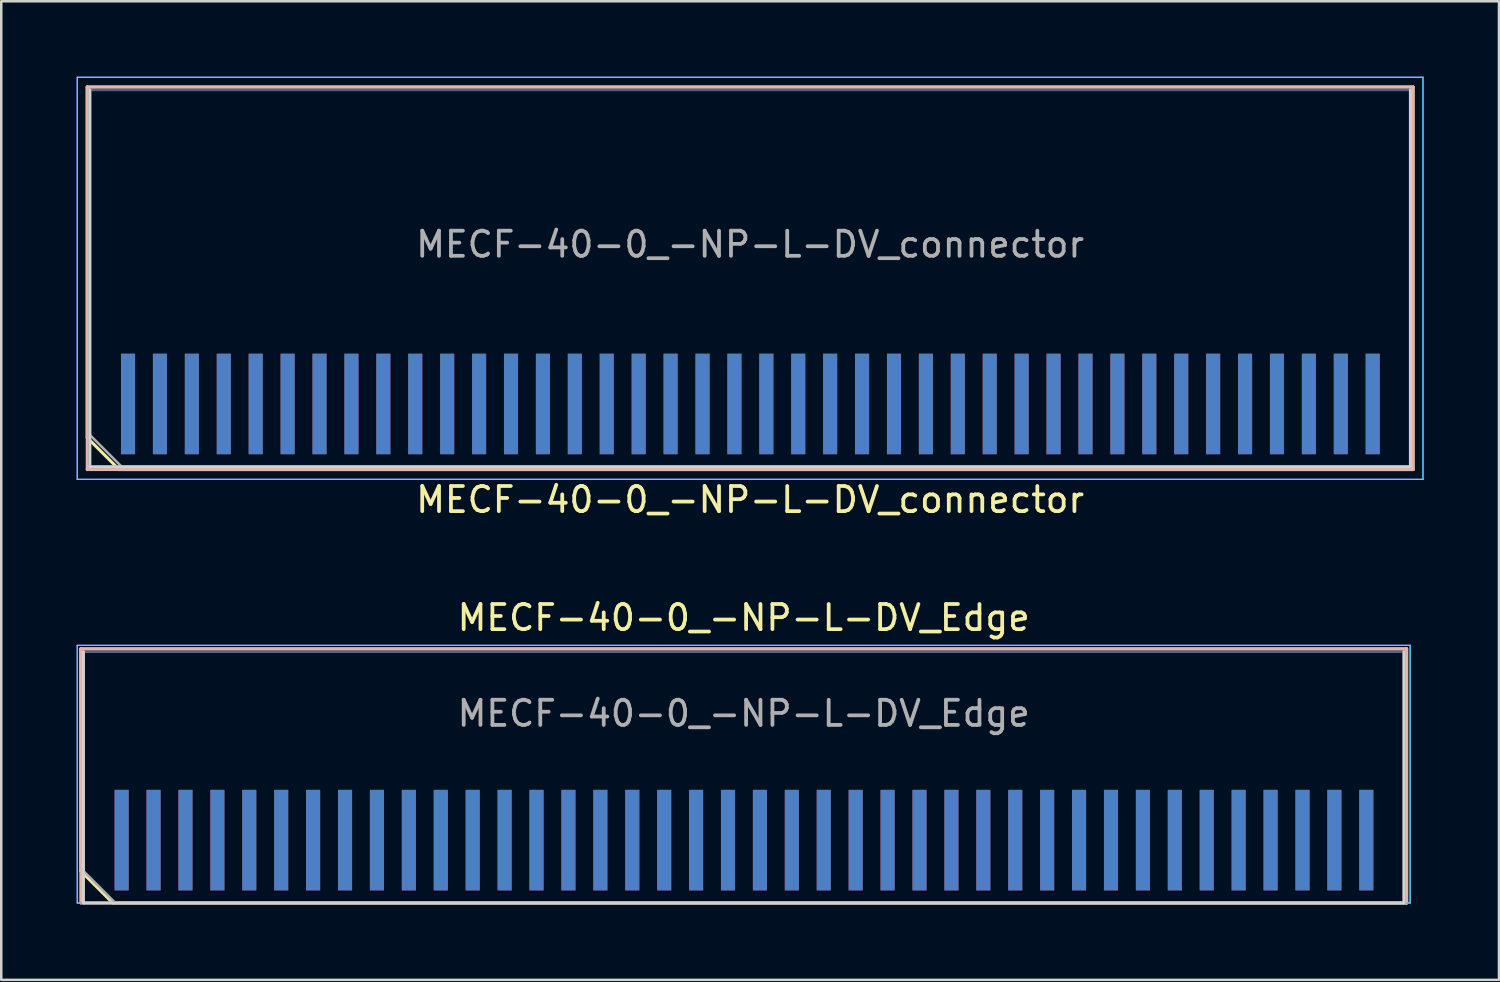
<source format=kicad_pcb>
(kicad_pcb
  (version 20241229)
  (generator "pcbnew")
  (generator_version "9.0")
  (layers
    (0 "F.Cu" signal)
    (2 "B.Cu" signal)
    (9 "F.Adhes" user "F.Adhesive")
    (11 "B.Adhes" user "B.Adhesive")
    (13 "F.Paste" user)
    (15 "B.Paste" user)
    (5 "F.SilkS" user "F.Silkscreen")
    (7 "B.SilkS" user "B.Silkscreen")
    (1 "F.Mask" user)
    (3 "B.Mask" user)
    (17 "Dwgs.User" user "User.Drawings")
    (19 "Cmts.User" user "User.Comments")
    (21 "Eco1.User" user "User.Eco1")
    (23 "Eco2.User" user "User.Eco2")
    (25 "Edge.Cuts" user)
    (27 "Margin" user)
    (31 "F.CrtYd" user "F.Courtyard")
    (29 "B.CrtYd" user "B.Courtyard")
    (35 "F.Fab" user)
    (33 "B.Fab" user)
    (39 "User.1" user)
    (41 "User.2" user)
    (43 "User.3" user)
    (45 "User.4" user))
  (footprint "MECF-40-0_-NP-L-DV_connector"
    (layer "F.Cu")
    (at 26.8 13.025)
    (property "Reference" "MECF-40-0_-NP-L-DV_connector" (at 0 3.81 0) (layer "F.SilkS") (effects (font (size 1 1) (thickness 0.15))))
    (attr smd)
    (fp_line (start -26.38 -12.61) (end 26.38 -12.61) (stroke (width 0.12) (type solid)) (layer "F.SilkS"))
    (fp_line (start -26.38 1.34) (end -26.38 -12.61) (stroke (width 0.12) (type solid)) (layer "F.SilkS"))
    (fp_line (start -25.11 2.61) (end -26.38 1.34) (stroke (width 0.12) (type solid)) (layer "F.SilkS"))
    (fp_line (start -25.11 2.61) (end 26.38 2.61) (stroke (width 0.12) (type solid)) (layer "F.SilkS"))
    (fp_line (start 26.38 2.61) (end 26.38 -12.61) (stroke (width 0.12) (type solid)) (layer "F.SilkS"))
    (fp_line (start -26.38 -12.61) (end 26.38 -12.61) (stroke (width 0.12) (type solid)) (layer "B.SilkS"))
    (fp_line (start -26.38 2.61) (end -26.38 -12.61) (stroke (width 0.12) (type solid)) (layer "B.SilkS"))
    (fp_line (start -26.38 2.61) (end 26.38 2.61) (stroke (width 0.12) (type solid)) (layer "B.SilkS"))
    (fp_line (start 26.38 2.61) (end 26.38 -12.61) (stroke (width 0.12) (type solid)) (layer "B.SilkS"))
    (fp_line (start -26.275 2.5) (end -26.275 -12.5) (stroke (width 0.12) (type solid)) (layer "Edge.Cuts"))
    (fp_line (start -26.275 2.5) (end 26.275 2.5) (stroke (width 0.12) (type solid)) (layer "Edge.Cuts"))
    (fp_line (start 26.275 2.5) (end 26.275 -12.5) (stroke (width 0.12) (type solid)) (layer "Edge.Cuts"))
    (fp_line (start -26.775 -13) (end -26.775 3) (stroke (width 0.05) (type solid)) (layer "B.CrtYd"))
    (fp_line (start -26.775 3) (end 26.775 3) (stroke (width 0.05) (type solid)) (layer "B.CrtYd"))
    (fp_line (start 26.775 -13) (end -26.775 -13) (stroke (width 0.05) (type solid)) (layer "B.CrtYd"))
    (fp_line (start 26.775 3) (end 26.775 -13) (stroke (width 0.05) (type solid)) (layer "B.CrtYd"))
    (fp_line (start -26.775 -13) (end -26.775 3) (stroke (width 0.05) (type solid)) (layer "F.CrtYd"))
    (fp_line (start -26.775 3) (end 26.775 3) (stroke (width 0.05) (type solid)) (layer "F.CrtYd"))
    (fp_line (start 26.775 -13) (end -26.775 -13) (stroke (width 0.05) (type solid)) (layer "F.CrtYd"))
    (fp_line (start 26.775 3) (end 26.775 -13) (stroke (width 0.05) (type solid)) (layer "F.CrtYd"))
    (fp_line (start -26.275 -12.5) (end 26.275 -12.5) (stroke (width 0.1) (type solid)) (layer "B.Fab"))
    (fp_line (start -26.275 2.5) (end -26.275 -12.5) (stroke (width 0.1) (type solid)) (layer "B.Fab"))
    (fp_line (start -26.275 2.5) (end 26.275 2.5) (stroke (width 0.1) (type solid)) (layer "B.Fab"))
    (fp_line (start 26.275 2.5) (end 26.275 -12.5) (stroke (width 0.1) (type solid)) (layer "B.Fab"))
    (fp_line (start -26.275 -12.5) (end 26.275 -12.5) (stroke (width 0.1) (type solid)) (layer "F.Fab"))
    (fp_line (start -26.275 1.23) (end -26.275 -12.5) (stroke (width 0.1) (type solid)) (layer "F.Fab"))
    (fp_line (start -26.275 1.23) (end -25.005 2.5) (stroke (width 0.1) (type solid)) (layer "F.Fab"))
    (fp_line (start -25.005 2.5) (end 26.275 2.5) (stroke (width 0.1) (type solid)) (layer "F.Fab"))
    (fp_line (start 26.275 2.5) (end 26.275 -12.5) (stroke (width 0.1) (type solid)) (layer "F.Fab"))
    (fp_text user "${REFERENCE}" (at 0 -6.35 0) (layer "F.Fab") (effects (font (size 1 1) (thickness 0.15))))
    (pad "1" smd rect (at -24.755 0) (size 0.56 4) (layers "F.Cu" "F.Mask" "F.Paste"))
    (pad "2" smd rect (at -24.755 0) (size 0.56 4) (layers "B.Cu" "B.Mask" "B.Paste"))
    (pad "3" smd rect (at -23.485 0) (size 0.56 4) (layers "F.Cu" "F.Mask" "F.Paste"))
    (pad "4" smd rect (at -23.485 0) (size 0.56 4) (layers "B.Cu" "B.Mask" "B.Paste"))
    (pad "5" smd rect (at -22.215 0) (size 0.56 4) (layers "F.Cu" "F.Mask" "F.Paste"))
    (pad "6" smd rect (at -22.215 0) (size 0.56 4) (layers "B.Cu" "B.Mask" "B.Paste"))
    (pad "7" smd rect (at -20.945 0) (size 0.56 4) (layers "F.Cu" "F.Mask" "F.Paste"))
    (pad "8" smd rect (at -20.945 0) (size 0.56 4) (layers "B.Cu" "B.Mask" "B.Paste"))
    (pad "9" smd rect (at -19.675 0) (size 0.56 4) (layers "F.Cu" "F.Mask" "F.Paste"))
    (pad "10" smd rect (at -19.675 0) (size 0.56 4) (layers "B.Cu" "B.Mask" "B.Paste"))
    (pad "11" smd rect (at -18.405 0) (size 0.56 4) (layers "F.Cu" "F.Mask" "F.Paste"))
    (pad "12" smd rect (at -18.405 0) (size 0.56 4) (layers "B.Cu" "B.Mask" "B.Paste"))
    (pad "13" smd rect (at -17.135 0) (size 0.56 4) (layers "F.Cu" "F.Mask" "F.Paste"))
    (pad "14" smd rect (at -17.135 0) (size 0.56 4) (layers "B.Cu" "B.Mask" "B.Paste"))
    (pad "15" smd rect (at -15.865 0) (size 0.56 4) (layers "F.Cu" "F.Mask" "F.Paste"))
    (pad "16" smd rect (at -15.865 0) (size 0.56 4) (layers "B.Cu" "B.Mask" "B.Paste"))
    (pad "17" smd rect (at -14.595 0) (size 0.56 4) (layers "F.Cu" "F.Mask" "F.Paste"))
    (pad "18" smd rect (at -14.595 0) (size 0.56 4) (layers "B.Cu" "B.Mask" "B.Paste"))
    (pad "19" smd rect (at -13.325 0) (size 0.56 4) (layers "F.Cu" "F.Mask" "F.Paste"))
    (pad "20" smd rect (at -13.325 0) (size 0.56 4) (layers "B.Cu" "B.Mask" "B.Paste"))
    (pad "21" smd rect (at -12.055 0) (size 0.56 4) (layers "F.Cu" "F.Mask" "F.Paste"))
    (pad "22" smd rect (at -12.055 0) (size 0.56 4) (layers "B.Cu" "B.Mask" "B.Paste"))
    (pad "23" smd rect (at -10.785 0) (size 0.56 4) (layers "F.Cu" "F.Mask" "F.Paste"))
    (pad "24" smd rect (at -10.785 0) (size 0.56 4) (layers "B.Cu" "B.Mask" "B.Paste"))
    (pad "25" smd rect (at -9.515 0) (size 0.56 4) (layers "F.Cu" "F.Mask" "F.Paste"))
    (pad "26" smd rect (at -9.515 0) (size 0.56 4) (layers "B.Cu" "B.Mask" "B.Paste"))
    (pad "27" smd rect (at -8.245 0) (size 0.56 4) (layers "F.Cu" "F.Mask" "F.Paste"))
    (pad "28" smd rect (at -8.245 0) (size 0.56 4) (layers "B.Cu" "B.Mask" "B.Paste"))
    (pad "29" smd rect (at -6.975 0) (size 0.56 4) (layers "F.Cu" "F.Mask" "F.Paste"))
    (pad "30" smd rect (at -6.975 0) (size 0.56 4) (layers "B.Cu" "B.Mask" "B.Paste"))
    (pad "31" smd rect (at -5.705 0) (size 0.56 4) (layers "F.Cu" "F.Mask" "F.Paste"))
    (pad "32" smd rect (at -5.705 0) (size 0.56 4) (layers "B.Cu" "B.Mask" "B.Paste"))
    (pad "33" smd rect (at -4.435 0) (size 0.56 4) (layers "F.Cu" "F.Mask" "F.Paste"))
    (pad "34" smd rect (at -4.435 0) (size 0.56 4) (layers "B.Cu" "B.Mask" "B.Paste"))
    (pad "35" smd rect (at -3.165 0) (size 0.56 4) (layers "F.Cu" "F.Mask" "F.Paste"))
    (pad "36" smd rect (at -3.165 0) (size 0.56 4) (layers "B.Cu" "B.Mask" "B.Paste"))
    (pad "37" smd rect (at -1.895 0) (size 0.56 4) (layers "F.Cu" "F.Mask" "F.Paste"))
    (pad "38" smd rect (at -1.895 0) (size 0.56 4) (layers "B.Cu" "B.Mask" "B.Paste"))
    (pad "39" smd rect (at -0.625 0) (size 0.56 4) (layers "F.Cu" "F.Mask" "F.Paste"))
    (pad "40" smd rect (at -0.625 0) (size 0.56 4) (layers "B.Cu" "B.Mask" "B.Paste"))
    (pad "41" smd rect (at 0.645 0) (size 0.56 4) (layers "F.Cu" "F.Mask" "F.Paste"))
    (pad "42" smd rect (at 0.645 0) (size 0.56 4) (layers "B.Cu" "B.Mask" "B.Paste"))
    (pad "43" smd rect (at 1.915 0) (size 0.56 4) (layers "F.Cu" "F.Mask" "F.Paste"))
    (pad "44" smd rect (at 1.915 0) (size 0.56 4) (layers "B.Cu" "B.Mask" "B.Paste"))
    (pad "45" smd rect (at 3.185 0) (size 0.56 4) (layers "F.Cu" "F.Mask" "F.Paste"))
    (pad "46" smd rect (at 3.185 0) (size 0.56 4) (layers "B.Cu" "B.Mask" "B.Paste"))
    (pad "47" smd rect (at 4.455 0) (size 0.56 4) (layers "F.Cu" "F.Mask" "F.Paste"))
    (pad "48" smd rect (at 4.455 0) (size 0.56 4) (layers "B.Cu" "B.Mask" "B.Paste"))
    (pad "49" smd rect (at 5.725 0) (size 0.56 4) (layers "F.Cu" "F.Mask" "F.Paste"))
    (pad "50" smd rect (at 5.725 0) (size 0.56 4) (layers "B.Cu" "B.Mask" "B.Paste"))
    (pad "51" smd rect (at 6.995 0) (size 0.56 4) (layers "F.Cu" "F.Mask" "F.Paste"))
    (pad "52" smd rect (at 6.995 0) (size 0.56 4) (layers "B.Cu" "B.Mask" "B.Paste"))
    (pad "53" smd rect (at 8.265 0) (size 0.56 4) (layers "F.Cu" "F.Mask" "F.Paste"))
    (pad "54" smd rect (at 8.265 0) (size 0.56 4) (layers "B.Cu" "B.Mask" "B.Paste"))
    (pad "55" smd rect (at 9.535 0) (size 0.56 4) (layers "F.Cu" "F.Mask" "F.Paste"))
    (pad "56" smd rect (at 9.535 0) (size 0.56 4) (layers "B.Cu" "B.Mask" "B.Paste"))
    (pad "57" smd rect (at 10.805 0) (size 0.56 4) (layers "F.Cu" "F.Mask" "F.Paste"))
    (pad "58" smd rect (at 10.805 0) (size 0.56 4) (layers "B.Cu" "B.Mask" "B.Paste"))
    (pad "59" smd rect (at 12.075 0) (size 0.56 4) (layers "F.Cu" "F.Mask" "F.Paste"))
    (pad "60" smd rect (at 12.075 0) (size 0.56 4) (layers "B.Cu" "B.Mask" "B.Paste"))
    (pad "61" smd rect (at 13.345 0) (size 0.56 4) (layers "F.Cu" "F.Mask" "F.Paste"))
    (pad "62" smd rect (at 13.345 0) (size 0.56 4) (layers "B.Cu" "B.Mask" "B.Paste"))
    (pad "63" smd rect (at 14.615 0) (size 0.56 4) (layers "F.Cu" "F.Mask" "F.Paste"))
    (pad "64" smd rect (at 14.615 0) (size 0.56 4) (layers "B.Cu" "B.Mask" "B.Paste"))
    (pad "65" smd rect (at 15.885 0) (size 0.56 4) (layers "F.Cu" "F.Mask" "F.Paste"))
    (pad "66" smd rect (at 15.885 0) (size 0.56 4) (layers "B.Cu" "B.Mask" "B.Paste"))
    (pad "67" smd rect (at 17.155 0) (size 0.56 4) (layers "F.Cu" "F.Mask" "F.Paste"))
    (pad "68" smd rect (at 17.155 0) (size 0.56 4) (layers "B.Cu" "B.Mask" "B.Paste"))
    (pad "69" smd rect (at 18.425 0) (size 0.56 4) (layers "F.Cu" "F.Mask" "F.Paste"))
    (pad "70" smd rect (at 18.425 0) (size 0.56 4) (layers "B.Cu" "B.Mask" "B.Paste"))
    (pad "71" smd rect (at 19.695 0) (size 0.56 4) (layers "F.Cu" "F.Mask" "F.Paste"))
    (pad "72" smd rect (at 19.695 0) (size 0.56 4) (layers "B.Cu" "B.Mask" "B.Paste"))
    (pad "73" smd rect (at 20.965 0) (size 0.56 4) (layers "F.Cu" "F.Mask" "F.Paste"))
    (pad "74" smd rect (at 20.965 0) (size 0.56 4) (layers "B.Cu" "B.Mask" "B.Paste"))
    (pad "75" smd rect (at 22.235 0) (size 0.56 4) (layers "F.Cu" "F.Mask" "F.Paste"))
    (pad "76" smd rect (at 22.235 0) (size 0.56 4) (layers "B.Cu" "B.Mask" "B.Paste"))
    (pad "77" smd rect (at 23.505 0) (size 0.56 4) (layers "F.Cu" "F.Mask" "F.Paste"))
    (pad "78" smd rect (at 23.505 0) (size 0.56 4) (layers "B.Cu" "B.Mask" "B.Paste"))
    (pad "79" smd rect (at 24.775 0) (size 0.56 4) (layers "F.Cu" "F.Mask" "F.Paste"))
    (pad "80" smd rect (at 24.775 0) (size 0.56 4) (layers "B.Cu" "B.Mask" "B.Paste")))
  (footprint "MECF-40-0_-NP-L-DV_Edge"
    (layer "F.Cu")
    (at 26.545 27.881)
    (property "Reference" "MECF-40-0_-NP-L-DV_Edge" (at 0 -6.35 0) (layer "F.SilkS") (effects (font (size 1 1) (thickness 0.15))))
    (attr exclude_from_pos_files exclude_from_bom)
    (fp_line (start -26.38 -5.11) (end 26.38 -5.11) (stroke (width 0.12) (type solid)) (layer "F.SilkS"))
    (fp_line (start -26.38 3.73) (end -26.38 -5.11) (stroke (width 0.12) (type solid)) (layer "F.SilkS"))
    (fp_line (start -25.11 5) (end -26.38 3.73) (stroke (width 0.12) (type solid)) (layer "F.SilkS"))
    (fp_line (start -25.11 5) (end 26.38 5) (stroke (width 0.12) (type solid)) (layer "F.SilkS"))
    (fp_line (start 26.38 5) (end 26.38 -5.11) (stroke (width 0.12) (type solid)) (layer "F.SilkS"))
    (fp_line (start -26.38 -5.11) (end 26.38 -5.11) (stroke (width 0.12) (type solid)) (layer "B.SilkS"))
    (fp_line (start -26.38 5) (end -26.38 -5.11) (stroke (width 0.12) (type solid)) (layer "B.SilkS"))
    (fp_line (start -26.38 5) (end 26.38 5) (stroke (width 0.12) (type solid)) (layer "B.SilkS"))
    (fp_line (start 26.38 5) (end 26.38 -5.11) (stroke (width 0.12) (type solid)) (layer "B.SilkS"))
    (fp_line (start -26.275 5) (end -26.275 -5) (stroke (width 0.12) (type solid)) (layer "Edge.Cuts"))
    (fp_line (start -26.275 5) (end 26.275 5) (stroke (width 0.12) (type solid)) (layer "Edge.Cuts"))
    (fp_line (start 26.275 5) (end 26.275 -5) (stroke (width 0.12) (type solid)) (layer "Edge.Cuts"))
    (fp_line (start -26.52 -5.25) (end -26.52 5) (stroke (width 0.05) (type solid)) (layer "B.CrtYd"))
    (fp_line (start -26.52 5) (end 26.52 5) (stroke (width 0.05) (type solid)) (layer "B.CrtYd"))
    (fp_line (start 26.52 -5.25) (end -26.52 -5.25) (stroke (width 0.05) (type solid)) (layer "B.CrtYd"))
    (fp_line (start 26.52 5) (end 26.52 -5.25) (stroke (width 0.05) (type solid)) (layer "B.CrtYd"))
    (fp_line (start -26.52 -5.25) (end -26.52 5) (stroke (width 0.05) (type solid)) (layer "F.CrtYd"))
    (fp_line (start -26.52 5) (end 26.52 5) (stroke (width 0.05) (type solid)) (layer "F.CrtYd"))
    (fp_line (start 26.52 -5.25) (end -26.52 -5.25) (stroke (width 0.05) (type solid)) (layer "F.CrtYd"))
    (fp_line (start 26.52 5) (end 26.52 -5.25) (stroke (width 0.05) (type solid)) (layer "F.CrtYd"))
    (fp_line (start -26.275 -5) (end 26.275 -5) (stroke (width 0.1) (type solid)) (layer "B.Fab"))
    (fp_line (start -26.275 5) (end -26.275 -5) (stroke (width 0.1) (type solid)) (layer "B.Fab"))
    (fp_line (start -26.275 5) (end 26.275 5) (stroke (width 0.1) (type solid)) (layer "B.Fab"))
    (fp_line (start 26.275 5) (end 26.275 -5) (stroke (width 0.1) (type solid)) (layer "B.Fab"))
    (fp_line (start -26.275 -5) (end 26.275 -5) (stroke (width 0.1) (type solid)) (layer "F.Fab"))
    (fp_line (start -26.275 3.73) (end -26.275 -5) (stroke (width 0.1) (type solid)) (layer "F.Fab"))
    (fp_line (start -26.275 3.73) (end -25.005 5) (stroke (width 0.1) (type solid)) (layer "F.Fab"))
    (fp_line (start -25.005 5) (end 26.275 5) (stroke (width 0.1) (type solid)) (layer "F.Fab"))
    (fp_line (start 26.275 5) (end 26.275 -5) (stroke (width 0.1) (type solid)) (layer "F.Fab"))
    (fp_text user "${REFERENCE}" (at 0 -2.54 0) (layer "F.Fab") (effects (font (size 1 1) (thickness 0.15))))
    (pad "1" smd rect (at -24.755 2.5) (size 0.56 4) (layers "F.Cu" "F.Mask" "F.Paste"))
    (pad "2" smd rect (at -24.755 2.5) (size 0.56 4) (layers "B.Cu" "B.Mask" "B.Paste"))
    (pad "3" smd rect (at -23.485 2.5) (size 0.56 4) (layers "F.Cu" "F.Mask" "F.Paste"))
    (pad "4" smd rect (at -23.485 2.5) (size 0.56 4) (layers "B.Cu" "B.Mask" "B.Paste"))
    (pad "5" smd rect (at -22.215 2.5) (size 0.56 4) (layers "F.Cu" "F.Mask" "F.Paste"))
    (pad "6" smd rect (at -22.215 2.5) (size 0.56 4) (layers "B.Cu" "B.Mask" "B.Paste"))
    (pad "7" smd rect (at -20.945 2.5) (size 0.56 4) (layers "F.Cu" "F.Mask" "F.Paste"))
    (pad "8" smd rect (at -20.945 2.5) (size 0.56 4) (layers "B.Cu" "B.Mask" "B.Paste"))
    (pad "9" smd rect (at -19.675 2.5) (size 0.56 4) (layers "F.Cu" "F.Mask" "F.Paste"))
    (pad "10" smd rect (at -19.675 2.5) (size 0.56 4) (layers "B.Cu" "B.Mask" "B.Paste"))
    (pad "11" smd rect (at -18.405 2.5) (size 0.56 4) (layers "F.Cu" "F.Mask" "F.Paste"))
    (pad "12" smd rect (at -18.405 2.5) (size 0.56 4) (layers "B.Cu" "B.Mask" "B.Paste"))
    (pad "13" smd rect (at -17.135 2.5) (size 0.56 4) (layers "F.Cu" "F.Mask" "F.Paste"))
    (pad "14" smd rect (at -17.135 2.5) (size 0.56 4) (layers "B.Cu" "B.Mask" "B.Paste"))
    (pad "15" smd rect (at -15.865 2.5) (size 0.56 4) (layers "F.Cu" "F.Mask" "F.Paste"))
    (pad "16" smd rect (at -15.865 2.5) (size 0.56 4) (layers "B.Cu" "B.Mask" "B.Paste"))
    (pad "17" smd rect (at -14.595 2.5) (size 0.56 4) (layers "F.Cu" "F.Mask" "F.Paste"))
    (pad "18" smd rect (at -14.595 2.5) (size 0.56 4) (layers "B.Cu" "B.Mask" "B.Paste"))
    (pad "19" smd rect (at -13.325 2.5) (size 0.56 4) (layers "F.Cu" "F.Mask" "F.Paste"))
    (pad "20" smd rect (at -13.325 2.5) (size 0.56 4) (layers "B.Cu" "B.Mask" "B.Paste"))
    (pad "21" smd rect (at -12.055 2.5) (size 0.56 4) (layers "F.Cu" "F.Mask" "F.Paste"))
    (pad "22" smd rect (at -12.055 2.5) (size 0.56 4) (layers "B.Cu" "B.Mask" "B.Paste"))
    (pad "23" smd rect (at -10.785 2.5) (size 0.56 4) (layers "F.Cu" "F.Mask" "F.Paste"))
    (pad "24" smd rect (at -10.785 2.5) (size 0.56 4) (layers "B.Cu" "B.Mask" "B.Paste"))
    (pad "25" smd rect (at -9.515 2.5) (size 0.56 4) (layers "F.Cu" "F.Mask" "F.Paste"))
    (pad "26" smd rect (at -9.515 2.5) (size 0.56 4) (layers "B.Cu" "B.Mask" "B.Paste"))
    (pad "27" smd rect (at -8.245 2.5) (size 0.56 4) (layers "F.Cu" "F.Mask" "F.Paste"))
    (pad "28" smd rect (at -8.245 2.5) (size 0.56 4) (layers "B.Cu" "B.Mask" "B.Paste"))
    (pad "29" smd rect (at -6.975 2.5) (size 0.56 4) (layers "F.Cu" "F.Mask" "F.Paste"))
    (pad "30" smd rect (at -6.975 2.5) (size 0.56 4) (layers "B.Cu" "B.Mask" "B.Paste"))
    (pad "31" smd rect (at -5.705 2.5) (size 0.56 4) (layers "F.Cu" "F.Mask" "F.Paste"))
    (pad "32" smd rect (at -5.705 2.5) (size 0.56 4) (layers "B.Cu" "B.Mask" "B.Paste"))
    (pad "33" smd rect (at -4.435 2.5) (size 0.56 4) (layers "F.Cu" "F.Mask" "F.Paste"))
    (pad "34" smd rect (at -4.435 2.5) (size 0.56 4) (layers "B.Cu" "B.Mask" "B.Paste"))
    (pad "35" smd rect (at -3.165 2.5) (size 0.56 4) (layers "F.Cu" "F.Mask" "F.Paste"))
    (pad "36" smd rect (at -3.165 2.5) (size 0.56 4) (layers "B.Cu" "B.Mask" "B.Paste"))
    (pad "37" smd rect (at -1.895 2.5) (size 0.56 4) (layers "F.Cu" "F.Mask" "F.Paste"))
    (pad "38" smd rect (at -1.895 2.5) (size 0.56 4) (layers "B.Cu" "B.Mask" "B.Paste"))
    (pad "39" smd rect (at -0.625 2.5) (size 0.56 4) (layers "F.Cu" "F.Mask" "F.Paste"))
    (pad "40" smd rect (at -0.625 2.5) (size 0.56 4) (layers "B.Cu" "B.Mask" "B.Paste"))
    (pad "41" smd rect (at 0.645 2.5) (size 0.56 4) (layers "F.Cu" "F.Mask" "F.Paste"))
    (pad "42" smd rect (at 0.645 2.5) (size 0.56 4) (layers "B.Cu" "B.Mask" "B.Paste"))
    (pad "43" smd rect (at 1.915 2.5) (size 0.56 4) (layers "F.Cu" "F.Mask" "F.Paste"))
    (pad "44" smd rect (at 1.915 2.5) (size 0.56 4) (layers "B.Cu" "B.Mask" "B.Paste"))
    (pad "45" smd rect (at 3.185 2.5) (size 0.56 4) (layers "F.Cu" "F.Mask" "F.Paste"))
    (pad "46" smd rect (at 3.185 2.5) (size 0.56 4) (layers "B.Cu" "B.Mask" "B.Paste"))
    (pad "47" smd rect (at 4.455 2.5) (size 0.56 4) (layers "F.Cu" "F.Mask" "F.Paste"))
    (pad "48" smd rect (at 4.455 2.5) (size 0.56 4) (layers "B.Cu" "B.Mask" "B.Paste"))
    (pad "49" smd rect (at 5.725 2.5) (size 0.56 4) (layers "F.Cu" "F.Mask" "F.Paste"))
    (pad "50" smd rect (at 5.725 2.5) (size 0.56 4) (layers "B.Cu" "B.Mask" "B.Paste"))
    (pad "51" smd rect (at 6.995 2.5) (size 0.56 4) (layers "F.Cu" "F.Mask" "F.Paste"))
    (pad "52" smd rect (at 6.995 2.5) (size 0.56 4) (layers "B.Cu" "B.Mask" "B.Paste"))
    (pad "53" smd rect (at 8.265 2.5) (size 0.56 4) (layers "F.Cu" "F.Mask" "F.Paste"))
    (pad "54" smd rect (at 8.265 2.5) (size 0.56 4) (layers "B.Cu" "B.Mask" "B.Paste"))
    (pad "55" smd rect (at 9.535 2.5) (size 0.56 4) (layers "F.Cu" "F.Mask" "F.Paste"))
    (pad "56" smd rect (at 9.535 2.5) (size 0.56 4) (layers "B.Cu" "B.Mask" "B.Paste"))
    (pad "57" smd rect (at 10.805 2.5) (size 0.56 4) (layers "F.Cu" "F.Mask" "F.Paste"))
    (pad "58" smd rect (at 10.805 2.5) (size 0.56 4) (layers "B.Cu" "B.Mask" "B.Paste"))
    (pad "59" smd rect (at 12.075 2.5) (size 0.56 4) (layers "F.Cu" "F.Mask" "F.Paste"))
    (pad "60" smd rect (at 12.075 2.5) (size 0.56 4) (layers "B.Cu" "B.Mask" "B.Paste"))
    (pad "61" smd rect (at 13.345 2.5) (size 0.56 4) (layers "F.Cu" "F.Mask" "F.Paste"))
    (pad "62" smd rect (at 13.345 2.5) (size 0.56 4) (layers "B.Cu" "B.Mask" "B.Paste"))
    (pad "63" smd rect (at 14.615 2.5) (size 0.56 4) (layers "F.Cu" "F.Mask" "F.Paste"))
    (pad "64" smd rect (at 14.615 2.5) (size 0.56 4) (layers "B.Cu" "B.Mask" "B.Paste"))
    (pad "65" smd rect (at 15.885 2.5) (size 0.56 4) (layers "F.Cu" "F.Mask" "F.Paste"))
    (pad "66" smd rect (at 15.885 2.5) (size 0.56 4) (layers "B.Cu" "B.Mask" "B.Paste"))
    (pad "67" smd rect (at 17.155 2.5) (size 0.56 4) (layers "F.Cu" "F.Mask" "F.Paste"))
    (pad "68" smd rect (at 17.155 2.5) (size 0.56 4) (layers "B.Cu" "B.Mask" "B.Paste"))
    (pad "69" smd rect (at 18.425 2.5) (size 0.56 4) (layers "F.Cu" "F.Mask" "F.Paste"))
    (pad "70" smd rect (at 18.425 2.5) (size 0.56 4) (layers "B.Cu" "B.Mask" "B.Paste"))
    (pad "71" smd rect (at 19.695 2.5) (size 0.56 4) (layers "F.Cu" "F.Mask" "F.Paste"))
    (pad "72" smd rect (at 19.695 2.5) (size 0.56 4) (layers "B.Cu" "B.Mask" "B.Paste"))
    (pad "73" smd rect (at 20.965 2.5) (size 0.56 4) (layers "F.Cu" "F.Mask" "F.Paste"))
    (pad "74" smd rect (at 20.965 2.5) (size 0.56 4) (layers "B.Cu" "B.Mask" "B.Paste"))
    (pad "75" smd rect (at 22.235 2.5) (size 0.56 4) (layers "F.Cu" "F.Mask" "F.Paste"))
    (pad "76" smd rect (at 22.235 2.5) (size 0.56 4) (layers "B.Cu" "B.Mask" "B.Paste"))
    (pad "77" smd rect (at 23.505 2.5) (size 0.56 4) (layers "F.Cu" "F.Mask" "F.Paste"))
    (pad "78" smd rect (at 23.505 2.5) (size 0.56 4) (layers "B.Cu" "B.Mask" "B.Paste"))
    (pad "79" smd rect (at 24.775 2.5) (size 0.56 4) (layers "F.Cu" "F.Mask" "F.Paste"))
    (pad "80" smd rect (at 24.775 2.5) (size 0.56 4) (layers "B.Cu" "B.Mask" "B.Paste")))
  (gr_rect
    (start -3 -3)
    (end 56.6 35.941)
    (stroke (width 0.1) (type default))
    (fill no)
    (layer "Edge.Cuts")))
</source>
